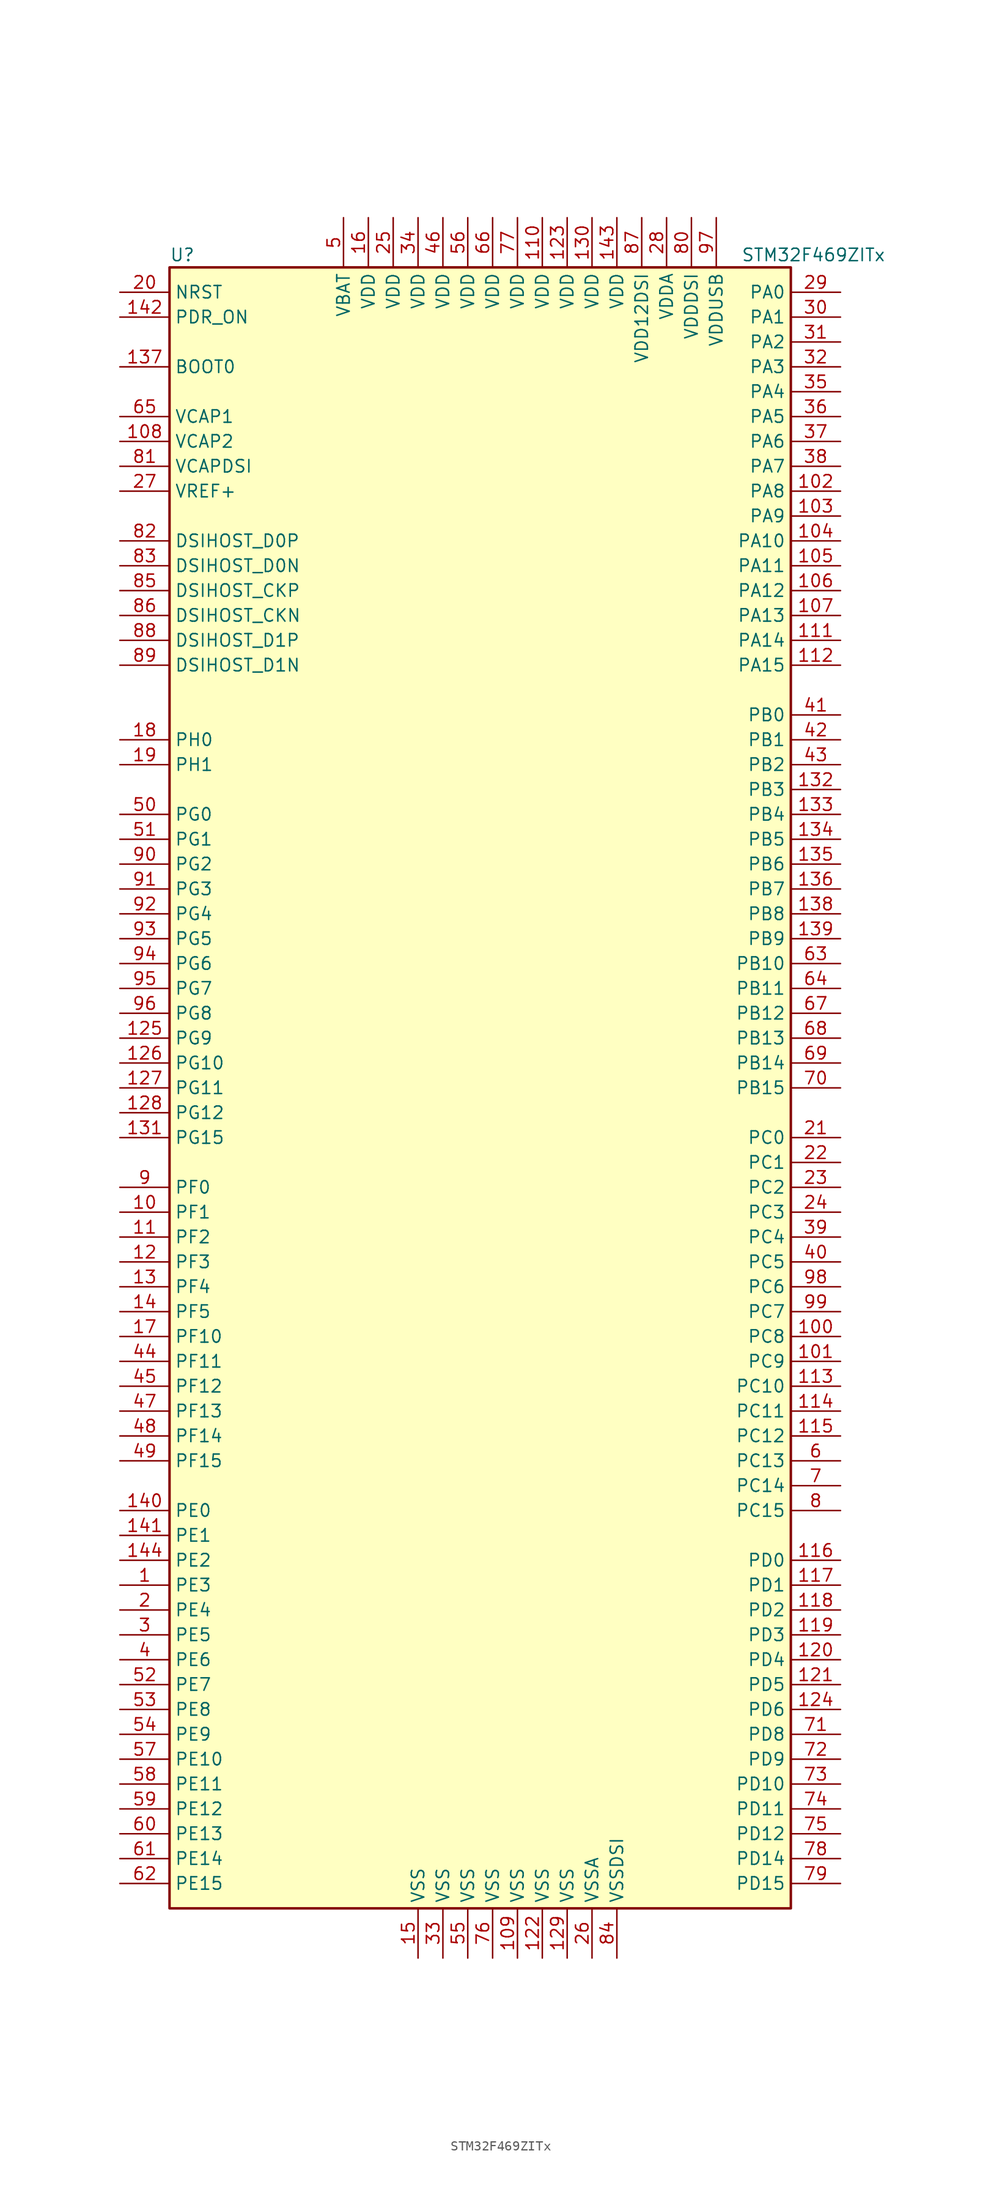
<source format=kicad_sym>
(kicad_symbol_lib
  (version 20201005)
  (generator kicad_symbol_editor)
  (symbol "STM32F469ZITx"
    (property "Reference" "U"
      (at -33.02 85.09 0)
      (effects (font (size 1.27 1.27)) (justify left)))
    (property "Value" "STM32F469ZITx"
      (at 25.4 85.09 0)
      (effects (font (size 1.27 1.27)) (justify left)))
    (symbol "STM32F469ZITx_0_1"
      (rectangle (start -33.02 -83.82) (end 30.48 83.82) (stroke (width 0.254)) (fill (type background))))
    (symbol "STM32F469ZITx_1_1"
      (pin input line (at -38.1 73.66 0) (length 5.08) (name "BOOT0" (effects (font (size 1.27 1.27)))) (number "137" (effects (font (size 1.27 1.27)))))
      (pin bidirectional line (at -38.1 48.26 0) (length 5.08) (name "DSIHOST_CKN" (effects (font (size 1.27 1.27)))) (number "86" (effects (font (size 1.27 1.27)))))
      (pin bidirectional line (at -38.1 50.8 0) (length 5.08) (name "DSIHOST_CKP" (effects (font (size 1.27 1.27)))) (number "85" (effects (font (size 1.27 1.27)))))
      (pin bidirectional line (at -38.1 53.34 0) (length 5.08) (name "DSIHOST_D0N" (effects (font (size 1.27 1.27)))) (number "83" (effects (font (size 1.27 1.27)))))
      (pin bidirectional line (at -38.1 55.88 0) (length 5.08) (name "DSIHOST_D0P" (effects (font (size 1.27 1.27)))) (number "82" (effects (font (size 1.27 1.27)))))
      (pin bidirectional line (at -38.1 43.18 0) (length 5.08) (name "DSIHOST_D1N" (effects (font (size 1.27 1.27)))) (number "89" (effects (font (size 1.27 1.27)))))
      (pin bidirectional line (at -38.1 45.72 0) (length 5.08) (name "DSIHOST_D1P" (effects (font (size 1.27 1.27)))) (number "88" (effects (font (size 1.27 1.27)))))
      (pin input line (at -38.1 81.28 0) (length 5.08) (name "NRST" (effects (font (size 1.27 1.27)))) (number "20" (effects (font (size 1.27 1.27)))))
      (pin bidirectional line (at 35.56 81.28 180) (length 5.08) (name "PA0" (effects (font (size 1.27 1.27)))) (number "29" (effects (font (size 1.27 1.27)))))
      (pin bidirectional line (at 35.56 78.74 180) (length 5.08) (name "PA1" (effects (font (size 1.27 1.27)))) (number "30" (effects (font (size 1.27 1.27)))))
      (pin bidirectional line (at 35.56 55.88 180) (length 5.08) (name "PA10" (effects (font (size 1.27 1.27)))) (number "104" (effects (font (size 1.27 1.27)))))
      (pin bidirectional line (at 35.56 53.34 180) (length 5.08) (name "PA11" (effects (font (size 1.27 1.27)))) (number "105" (effects (font (size 1.27 1.27)))))
      (pin bidirectional line (at 35.56 50.8 180) (length 5.08) (name "PA12" (effects (font (size 1.27 1.27)))) (number "106" (effects (font (size 1.27 1.27)))))
      (pin bidirectional line (at 35.56 48.26 180) (length 5.08) (name "PA13" (effects (font (size 1.27 1.27)))) (number "107" (effects (font (size 1.27 1.27)))))
      (pin bidirectional line (at 35.56 45.72 180) (length 5.08) (name "PA14" (effects (font (size 1.27 1.27)))) (number "111" (effects (font (size 1.27 1.27)))))
      (pin bidirectional line (at 35.56 43.18 180) (length 5.08) (name "PA15" (effects (font (size 1.27 1.27)))) (number "112" (effects (font (size 1.27 1.27)))))
      (pin bidirectional line (at 35.56 76.2 180) (length 5.08) (name "PA2" (effects (font (size 1.27 1.27)))) (number "31" (effects (font (size 1.27 1.27)))))
      (pin bidirectional line (at 35.56 73.66 180) (length 5.08) (name "PA3" (effects (font (size 1.27 1.27)))) (number "32" (effects (font (size 1.27 1.27)))))
      (pin bidirectional line (at 35.56 71.12 180) (length 5.08) (name "PA4" (effects (font (size 1.27 1.27)))) (number "35" (effects (font (size 1.27 1.27)))))
      (pin bidirectional line (at 35.56 68.58 180) (length 5.08) (name "PA5" (effects (font (size 1.27 1.27)))) (number "36" (effects (font (size 1.27 1.27)))))
      (pin bidirectional line (at 35.56 66.04 180) (length 5.08) (name "PA6" (effects (font (size 1.27 1.27)))) (number "37" (effects (font (size 1.27 1.27)))))
      (pin bidirectional line (at 35.56 63.5 180) (length 5.08) (name "PA7" (effects (font (size 1.27 1.27)))) (number "38" (effects (font (size 1.27 1.27)))))
      (pin bidirectional line (at 35.56 60.96 180) (length 5.08) (name "PA8" (effects (font (size 1.27 1.27)))) (number "102" (effects (font (size 1.27 1.27)))))
      (pin bidirectional line (at 35.56 58.42 180) (length 5.08) (name "PA9" (effects (font (size 1.27 1.27)))) (number "103" (effects (font (size 1.27 1.27)))))
      (pin bidirectional line (at 35.56 38.1 180) (length 5.08) (name "PB0" (effects (font (size 1.27 1.27)))) (number "41" (effects (font (size 1.27 1.27)))))
      (pin bidirectional line (at 35.56 35.56 180) (length 5.08) (name "PB1" (effects (font (size 1.27 1.27)))) (number "42" (effects (font (size 1.27 1.27)))))
      (pin bidirectional line (at 35.56 12.7 180) (length 5.08) (name "PB10" (effects (font (size 1.27 1.27)))) (number "63" (effects (font (size 1.27 1.27)))))
      (pin bidirectional line (at 35.56 10.16 180) (length 5.08) (name "PB11" (effects (font (size 1.27 1.27)))) (number "64" (effects (font (size 1.27 1.27)))))
      (pin bidirectional line (at 35.56 7.62 180) (length 5.08) (name "PB12" (effects (font (size 1.27 1.27)))) (number "67" (effects (font (size 1.27 1.27)))))
      (pin bidirectional line (at 35.56 5.08 180) (length 5.08) (name "PB13" (effects (font (size 1.27 1.27)))) (number "68" (effects (font (size 1.27 1.27)))))
      (pin bidirectional line (at 35.56 2.54 180) (length 5.08) (name "PB14" (effects (font (size 1.27 1.27)))) (number "69" (effects (font (size 1.27 1.27)))))
      (pin bidirectional line (at 35.56 0 180) (length 5.08) (name "PB15" (effects (font (size 1.27 1.27)))) (number "70" (effects (font (size 1.27 1.27)))))
      (pin bidirectional line (at 35.56 33.02 180) (length 5.08) (name "PB2" (effects (font (size 1.27 1.27)))) (number "43" (effects (font (size 1.27 1.27)))))
      (pin bidirectional line (at 35.56 30.48 180) (length 5.08) (name "PB3" (effects (font (size 1.27 1.27)))) (number "132" (effects (font (size 1.27 1.27)))))
      (pin bidirectional line (at 35.56 27.94 180) (length 5.08) (name "PB4" (effects (font (size 1.27 1.27)))) (number "133" (effects (font (size 1.27 1.27)))))
      (pin bidirectional line (at 35.56 25.4 180) (length 5.08) (name "PB5" (effects (font (size 1.27 1.27)))) (number "134" (effects (font (size 1.27 1.27)))))
      (pin bidirectional line (at 35.56 22.86 180) (length 5.08) (name "PB6" (effects (font (size 1.27 1.27)))) (number "135" (effects (font (size 1.27 1.27)))))
      (pin bidirectional line (at 35.56 20.32 180) (length 5.08) (name "PB7" (effects (font (size 1.27 1.27)))) (number "136" (effects (font (size 1.27 1.27)))))
      (pin bidirectional line (at 35.56 17.78 180) (length 5.08) (name "PB8" (effects (font (size 1.27 1.27)))) (number "138" (effects (font (size 1.27 1.27)))))
      (pin bidirectional line (at 35.56 15.24 180) (length 5.08) (name "PB9" (effects (font (size 1.27 1.27)))) (number "139" (effects (font (size 1.27 1.27)))))
      (pin bidirectional line (at 35.56 -5.08 180) (length 5.08) (name "PC0" (effects (font (size 1.27 1.27)))) (number "21" (effects (font (size 1.27 1.27)))))
      (pin bidirectional line (at 35.56 -7.62 180) (length 5.08) (name "PC1" (effects (font (size 1.27 1.27)))) (number "22" (effects (font (size 1.27 1.27)))))
      (pin bidirectional line (at 35.56 -30.48 180) (length 5.08) (name "PC10" (effects (font (size 1.27 1.27)))) (number "113" (effects (font (size 1.27 1.27)))))
      (pin bidirectional line (at 35.56 -33.02 180) (length 5.08) (name "PC11" (effects (font (size 1.27 1.27)))) (number "114" (effects (font (size 1.27 1.27)))))
      (pin bidirectional line (at 35.56 -35.56 180) (length 5.08) (name "PC12" (effects (font (size 1.27 1.27)))) (number "115" (effects (font (size 1.27 1.27)))))
      (pin bidirectional line (at 35.56 -38.1 180) (length 5.08) (name "PC13" (effects (font (size 1.27 1.27)))) (number "6" (effects (font (size 1.27 1.27)))))
      (pin bidirectional line (at 35.56 -40.64 180) (length 5.08) (name "PC14" (effects (font (size 1.27 1.27)))) (number "7" (effects (font (size 1.27 1.27)))))
      (pin bidirectional line (at 35.56 -43.18 180) (length 5.08) (name "PC15" (effects (font (size 1.27 1.27)))) (number "8" (effects (font (size 1.27 1.27)))))
      (pin bidirectional line (at 35.56 -10.16 180) (length 5.08) (name "PC2" (effects (font (size 1.27 1.27)))) (number "23" (effects (font (size 1.27 1.27)))))
      (pin bidirectional line (at 35.56 -12.7 180) (length 5.08) (name "PC3" (effects (font (size 1.27 1.27)))) (number "24" (effects (font (size 1.27 1.27)))))
      (pin bidirectional line (at 35.56 -15.24 180) (length 5.08) (name "PC4" (effects (font (size 1.27 1.27)))) (number "39" (effects (font (size 1.27 1.27)))))
      (pin bidirectional line (at 35.56 -17.78 180) (length 5.08) (name "PC5" (effects (font (size 1.27 1.27)))) (number "40" (effects (font (size 1.27 1.27)))))
      (pin bidirectional line (at 35.56 -20.32 180) (length 5.08) (name "PC6" (effects (font (size 1.27 1.27)))) (number "98" (effects (font (size 1.27 1.27)))))
      (pin bidirectional line (at 35.56 -22.86 180) (length 5.08) (name "PC7" (effects (font (size 1.27 1.27)))) (number "99" (effects (font (size 1.27 1.27)))))
      (pin bidirectional line (at 35.56 -25.4 180) (length 5.08) (name "PC8" (effects (font (size 1.27 1.27)))) (number "100" (effects (font (size 1.27 1.27)))))
      (pin bidirectional line (at 35.56 -27.94 180) (length 5.08) (name "PC9" (effects (font (size 1.27 1.27)))) (number "101" (effects (font (size 1.27 1.27)))))
      (pin bidirectional line (at 35.56 -48.26 180) (length 5.08) (name "PD0" (effects (font (size 1.27 1.27)))) (number "116" (effects (font (size 1.27 1.27)))))
      (pin bidirectional line (at 35.56 -50.8 180) (length 5.08) (name "PD1" (effects (font (size 1.27 1.27)))) (number "117" (effects (font (size 1.27 1.27)))))
      (pin bidirectional line (at 35.56 -71.12 180) (length 5.08) (name "PD10" (effects (font (size 1.27 1.27)))) (number "73" (effects (font (size 1.27 1.27)))))
      (pin bidirectional line (at 35.56 -73.66 180) (length 5.08) (name "PD11" (effects (font (size 1.27 1.27)))) (number "74" (effects (font (size 1.27 1.27)))))
      (pin bidirectional line (at 35.56 -76.2 180) (length 5.08) (name "PD12" (effects (font (size 1.27 1.27)))) (number "75" (effects (font (size 1.27 1.27)))))
      (pin bidirectional line (at 35.56 -78.74 180) (length 5.08) (name "PD14" (effects (font (size 1.27 1.27)))) (number "78" (effects (font (size 1.27 1.27)))))
      (pin bidirectional line (at 35.56 -81.28 180) (length 5.08) (name "PD15" (effects (font (size 1.27 1.27)))) (number "79" (effects (font (size 1.27 1.27)))))
      (pin bidirectional line (at 35.56 -53.34 180) (length 5.08) (name "PD2" (effects (font (size 1.27 1.27)))) (number "118" (effects (font (size 1.27 1.27)))))
      (pin bidirectional line (at 35.56 -55.88 180) (length 5.08) (name "PD3" (effects (font (size 1.27 1.27)))) (number "119" (effects (font (size 1.27 1.27)))))
      (pin bidirectional line (at 35.56 -58.42 180) (length 5.08) (name "PD4" (effects (font (size 1.27 1.27)))) (number "120" (effects (font (size 1.27 1.27)))))
      (pin bidirectional line (at 35.56 -60.96 180) (length 5.08) (name "PD5" (effects (font (size 1.27 1.27)))) (number "121" (effects (font (size 1.27 1.27)))))
      (pin bidirectional line (at 35.56 -63.5 180) (length 5.08) (name "PD6" (effects (font (size 1.27 1.27)))) (number "124" (effects (font (size 1.27 1.27)))))
      (pin bidirectional line (at 35.56 -66.04 180) (length 5.08) (name "PD8" (effects (font (size 1.27 1.27)))) (number "71" (effects (font (size 1.27 1.27)))))
      (pin bidirectional line (at 35.56 -68.58 180) (length 5.08) (name "PD9" (effects (font (size 1.27 1.27)))) (number "72" (effects (font (size 1.27 1.27)))))
      (pin input line (at -38.1 78.74 0) (length 5.08) (name "PDR_ON" (effects (font (size 1.27 1.27)))) (number "142" (effects (font (size 1.27 1.27)))))
      (pin bidirectional line (at -38.1 -43.18 0) (length 5.08) (name "PE0" (effects (font (size 1.27 1.27)))) (number "140" (effects (font (size 1.27 1.27)))))
      (pin bidirectional line (at -38.1 -45.72 0) (length 5.08) (name "PE1" (effects (font (size 1.27 1.27)))) (number "141" (effects (font (size 1.27 1.27)))))
      (pin bidirectional line (at -38.1 -68.58 0) (length 5.08) (name "PE10" (effects (font (size 1.27 1.27)))) (number "57" (effects (font (size 1.27 1.27)))))
      (pin bidirectional line (at -38.1 -71.12 0) (length 5.08) (name "PE11" (effects (font (size 1.27 1.27)))) (number "58" (effects (font (size 1.27 1.27)))))
      (pin bidirectional line (at -38.1 -73.66 0) (length 5.08) (name "PE12" (effects (font (size 1.27 1.27)))) (number "59" (effects (font (size 1.27 1.27)))))
      (pin bidirectional line (at -38.1 -76.2 0) (length 5.08) (name "PE13" (effects (font (size 1.27 1.27)))) (number "60" (effects (font (size 1.27 1.27)))))
      (pin bidirectional line (at -38.1 -78.74 0) (length 5.08) (name "PE14" (effects (font (size 1.27 1.27)))) (number "61" (effects (font (size 1.27 1.27)))))
      (pin bidirectional line (at -38.1 -81.28 0) (length 5.08) (name "PE15" (effects (font (size 1.27 1.27)))) (number "62" (effects (font (size 1.27 1.27)))))
      (pin bidirectional line (at -38.1 -48.26 0) (length 5.08) (name "PE2" (effects (font (size 1.27 1.27)))) (number "144" (effects (font (size 1.27 1.27)))))
      (pin bidirectional line (at -38.1 -50.8 0) (length 5.08) (name "PE3" (effects (font (size 1.27 1.27)))) (number "1" (effects (font (size 1.27 1.27)))))
      (pin bidirectional line (at -38.1 -53.34 0) (length 5.08) (name "PE4" (effects (font (size 1.27 1.27)))) (number "2" (effects (font (size 1.27 1.27)))))
      (pin bidirectional line (at -38.1 -55.88 0) (length 5.08) (name "PE5" (effects (font (size 1.27 1.27)))) (number "3" (effects (font (size 1.27 1.27)))))
      (pin bidirectional line (at -38.1 -58.42 0) (length 5.08) (name "PE6" (effects (font (size 1.27 1.27)))) (number "4" (effects (font (size 1.27 1.27)))))
      (pin bidirectional line (at -38.1 -60.96 0) (length 5.08) (name "PE7" (effects (font (size 1.27 1.27)))) (number "52" (effects (font (size 1.27 1.27)))))
      (pin bidirectional line (at -38.1 -63.5 0) (length 5.08) (name "PE8" (effects (font (size 1.27 1.27)))) (number "53" (effects (font (size 1.27 1.27)))))
      (pin bidirectional line (at -38.1 -66.04 0) (length 5.08) (name "PE9" (effects (font (size 1.27 1.27)))) (number "54" (effects (font (size 1.27 1.27)))))
      (pin bidirectional line (at -38.1 -10.16 0) (length 5.08) (name "PF0" (effects (font (size 1.27 1.27)))) (number "9" (effects (font (size 1.27 1.27)))))
      (pin bidirectional line (at -38.1 -12.7 0) (length 5.08) (name "PF1" (effects (font (size 1.27 1.27)))) (number "10" (effects (font (size 1.27 1.27)))))
      (pin bidirectional line (at -38.1 -25.4 0) (length 5.08) (name "PF10" (effects (font (size 1.27 1.27)))) (number "17" (effects (font (size 1.27 1.27)))))
      (pin bidirectional line (at -38.1 -27.94 0) (length 5.08) (name "PF11" (effects (font (size 1.27 1.27)))) (number "44" (effects (font (size 1.27 1.27)))))
      (pin bidirectional line (at -38.1 -30.48 0) (length 5.08) (name "PF12" (effects (font (size 1.27 1.27)))) (number "45" (effects (font (size 1.27 1.27)))))
      (pin bidirectional line (at -38.1 -33.02 0) (length 5.08) (name "PF13" (effects (font (size 1.27 1.27)))) (number "47" (effects (font (size 1.27 1.27)))))
      (pin bidirectional line (at -38.1 -35.56 0) (length 5.08) (name "PF14" (effects (font (size 1.27 1.27)))) (number "48" (effects (font (size 1.27 1.27)))))
      (pin bidirectional line (at -38.1 -38.1 0) (length 5.08) (name "PF15" (effects (font (size 1.27 1.27)))) (number "49" (effects (font (size 1.27 1.27)))))
      (pin bidirectional line (at -38.1 -15.24 0) (length 5.08) (name "PF2" (effects (font (size 1.27 1.27)))) (number "11" (effects (font (size 1.27 1.27)))))
      (pin bidirectional line (at -38.1 -17.78 0) (length 5.08) (name "PF3" (effects (font (size 1.27 1.27)))) (number "12" (effects (font (size 1.27 1.27)))))
      (pin bidirectional line (at -38.1 -20.32 0) (length 5.08) (name "PF4" (effects (font (size 1.27 1.27)))) (number "13" (effects (font (size 1.27 1.27)))))
      (pin bidirectional line (at -38.1 -22.86 0) (length 5.08) (name "PF5" (effects (font (size 1.27 1.27)))) (number "14" (effects (font (size 1.27 1.27)))))
      (pin bidirectional line (at -38.1 27.94 0) (length 5.08) (name "PG0" (effects (font (size 1.27 1.27)))) (number "50" (effects (font (size 1.27 1.27)))))
      (pin bidirectional line (at -38.1 25.4 0) (length 5.08) (name "PG1" (effects (font (size 1.27 1.27)))) (number "51" (effects (font (size 1.27 1.27)))))
      (pin bidirectional line (at -38.1 2.54 0) (length 5.08) (name "PG10" (effects (font (size 1.27 1.27)))) (number "126" (effects (font (size 1.27 1.27)))))
      (pin bidirectional line (at -38.1 0 0) (length 5.08) (name "PG11" (effects (font (size 1.27 1.27)))) (number "127" (effects (font (size 1.27 1.27)))))
      (pin bidirectional line (at -38.1 -2.54 0) (length 5.08) (name "PG12" (effects (font (size 1.27 1.27)))) (number "128" (effects (font (size 1.27 1.27)))))
      (pin bidirectional line (at -38.1 -5.08 0) (length 5.08) (name "PG15" (effects (font (size 1.27 1.27)))) (number "131" (effects (font (size 1.27 1.27)))))
      (pin bidirectional line (at -38.1 22.86 0) (length 5.08) (name "PG2" (effects (font (size 1.27 1.27)))) (number "90" (effects (font (size 1.27 1.27)))))
      (pin bidirectional line (at -38.1 20.32 0) (length 5.08) (name "PG3" (effects (font (size 1.27 1.27)))) (number "91" (effects (font (size 1.27 1.27)))))
      (pin bidirectional line (at -38.1 17.78 0) (length 5.08) (name "PG4" (effects (font (size 1.27 1.27)))) (number "92" (effects (font (size 1.27 1.27)))))
      (pin bidirectional line (at -38.1 15.24 0) (length 5.08) (name "PG5" (effects (font (size 1.27 1.27)))) (number "93" (effects (font (size 1.27 1.27)))))
      (pin bidirectional line (at -38.1 12.7 0) (length 5.08) (name "PG6" (effects (font (size 1.27 1.27)))) (number "94" (effects (font (size 1.27 1.27)))))
      (pin bidirectional line (at -38.1 10.16 0) (length 5.08) (name "PG7" (effects (font (size 1.27 1.27)))) (number "95" (effects (font (size 1.27 1.27)))))
      (pin bidirectional line (at -38.1 7.62 0) (length 5.08) (name "PG8" (effects (font (size 1.27 1.27)))) (number "96" (effects (font (size 1.27 1.27)))))
      (pin bidirectional line (at -38.1 5.08 0) (length 5.08) (name "PG9" (effects (font (size 1.27 1.27)))) (number "125" (effects (font (size 1.27 1.27)))))
      (pin input line (at -38.1 35.56 0) (length 5.08) (name "PH0" (effects (font (size 1.27 1.27)))) (number "18" (effects (font (size 1.27 1.27)))))
      (pin input line (at -38.1 33.02 0) (length 5.08) (name "PH1" (effects (font (size 1.27 1.27)))) (number "19" (effects (font (size 1.27 1.27)))))
      (pin power_in line (at -15.24 88.9 270) (length 5.08) (name "VBAT" (effects (font (size 1.27 1.27)))) (number "5" (effects (font (size 1.27 1.27)))))
      (pin power_in line (at -38.1 68.58 0) (length 5.08) (name "VCAP1" (effects (font (size 1.27 1.27)))) (number "65" (effects (font (size 1.27 1.27)))))
      (pin power_in line (at -38.1 66.04 0) (length 5.08) (name "VCAP2" (effects (font (size 1.27 1.27)))) (number "108" (effects (font (size 1.27 1.27)))))
      (pin power_in line (at -38.1 63.5 0) (length 5.08) (name "VCAPDSI" (effects (font (size 1.27 1.27)))) (number "81" (effects (font (size 1.27 1.27)))))
      (pin power_in line (at 5.08 88.9 270) (length 5.08) (name "VDD" (effects (font (size 1.27 1.27)))) (number "110" (effects (font (size 1.27 1.27)))))
      (pin power_in line (at 7.62 88.9 270) (length 5.08) (name "VDD" (effects (font (size 1.27 1.27)))) (number "123" (effects (font (size 1.27 1.27)))))
      (pin power_in line (at 10.16 88.9 270) (length 5.08) (name "VDD" (effects (font (size 1.27 1.27)))) (number "130" (effects (font (size 1.27 1.27)))))
      (pin power_in line (at 12.7 88.9 270) (length 5.08) (name "VDD" (effects (font (size 1.27 1.27)))) (number "143" (effects (font (size 1.27 1.27)))))
      (pin power_in line (at -12.7 88.9 270) (length 5.08) (name "VDD" (effects (font (size 1.27 1.27)))) (number "16" (effects (font (size 1.27 1.27)))))
      (pin power_in line (at -10.16 88.9 270) (length 5.08) (name "VDD" (effects (font (size 1.27 1.27)))) (number "25" (effects (font (size 1.27 1.27)))))
      (pin power_in line (at -7.62 88.9 270) (length 5.08) (name "VDD" (effects (font (size 1.27 1.27)))) (number "34" (effects (font (size 1.27 1.27)))))
      (pin power_in line (at -5.08 88.9 270) (length 5.08) (name "VDD" (effects (font (size 1.27 1.27)))) (number "46" (effects (font (size 1.27 1.27)))))
      (pin power_in line (at -2.54 88.9 270) (length 5.08) (name "VDD" (effects (font (size 1.27 1.27)))) (number "56" (effects (font (size 1.27 1.27)))))
      (pin power_in line (at 0 88.9 270) (length 5.08) (name "VDD" (effects (font (size 1.27 1.27)))) (number "66" (effects (font (size 1.27 1.27)))))
      (pin power_in line (at 2.54 88.9 270) (length 5.08) (name "VDD" (effects (font (size 1.27 1.27)))) (number "77" (effects (font (size 1.27 1.27)))))
      (pin power_in line (at 15.24 88.9 270) (length 5.08) (name "VDD12DSI" (effects (font (size 1.27 1.27)))) (number "87" (effects (font (size 1.27 1.27)))))
      (pin power_in line (at 17.78 88.9 270) (length 5.08) (name "VDDA" (effects (font (size 1.27 1.27)))) (number "28" (effects (font (size 1.27 1.27)))))
      (pin power_in line (at 20.32 88.9 270) (length 5.08) (name "VDDDSI" (effects (font (size 1.27 1.27)))) (number "80" (effects (font (size 1.27 1.27)))))
      (pin power_in line (at 22.86 88.9 270) (length 5.08) (name "VDDUSB" (effects (font (size 1.27 1.27)))) (number "97" (effects (font (size 1.27 1.27)))))
      (pin power_in line (at -38.1 60.96 0) (length 5.08) (name "VREF+" (effects (font (size 1.27 1.27)))) (number "27" (effects (font (size 1.27 1.27)))))
      (pin power_in line (at 2.54 -88.9 90) (length 5.08) (name "VSS" (effects (font (size 1.27 1.27)))) (number "109" (effects (font (size 1.27 1.27)))))
      (pin power_in line (at 5.08 -88.9 90) (length 5.08) (name "VSS" (effects (font (size 1.27 1.27)))) (number "122" (effects (font (size 1.27 1.27)))))
      (pin power_in line (at 7.62 -88.9 90) (length 5.08) (name "VSS" (effects (font (size 1.27 1.27)))) (number "129" (effects (font (size 1.27 1.27)))))
      (pin power_in line (at -7.62 -88.9 90) (length 5.08) (name "VSS" (effects (font (size 1.27 1.27)))) (number "15" (effects (font (size 1.27 1.27)))))
      (pin power_in line (at -5.08 -88.9 90) (length 5.08) (name "VSS" (effects (font (size 1.27 1.27)))) (number "33" (effects (font (size 1.27 1.27)))))
      (pin power_in line (at -2.54 -88.9 90) (length 5.08) (name "VSS" (effects (font (size 1.27 1.27)))) (number "55" (effects (font (size 1.27 1.27)))))
      (pin power_in line (at 0 -88.9 90) (length 5.08) (name "VSS" (effects (font (size 1.27 1.27)))) (number "76" (effects (font (size 1.27 1.27)))))
      (pin power_in line (at 10.16 -88.9 90) (length 5.08) (name "VSSA" (effects (font (size 1.27 1.27)))) (number "26" (effects (font (size 1.27 1.27)))))
      (pin power_in line (at 12.7 -88.9 90) (length 5.08) (name "VSSDSI" (effects (font (size 1.27 1.27)))) (number "84" (effects (font (size 1.27 1.27))))))))
</source>
